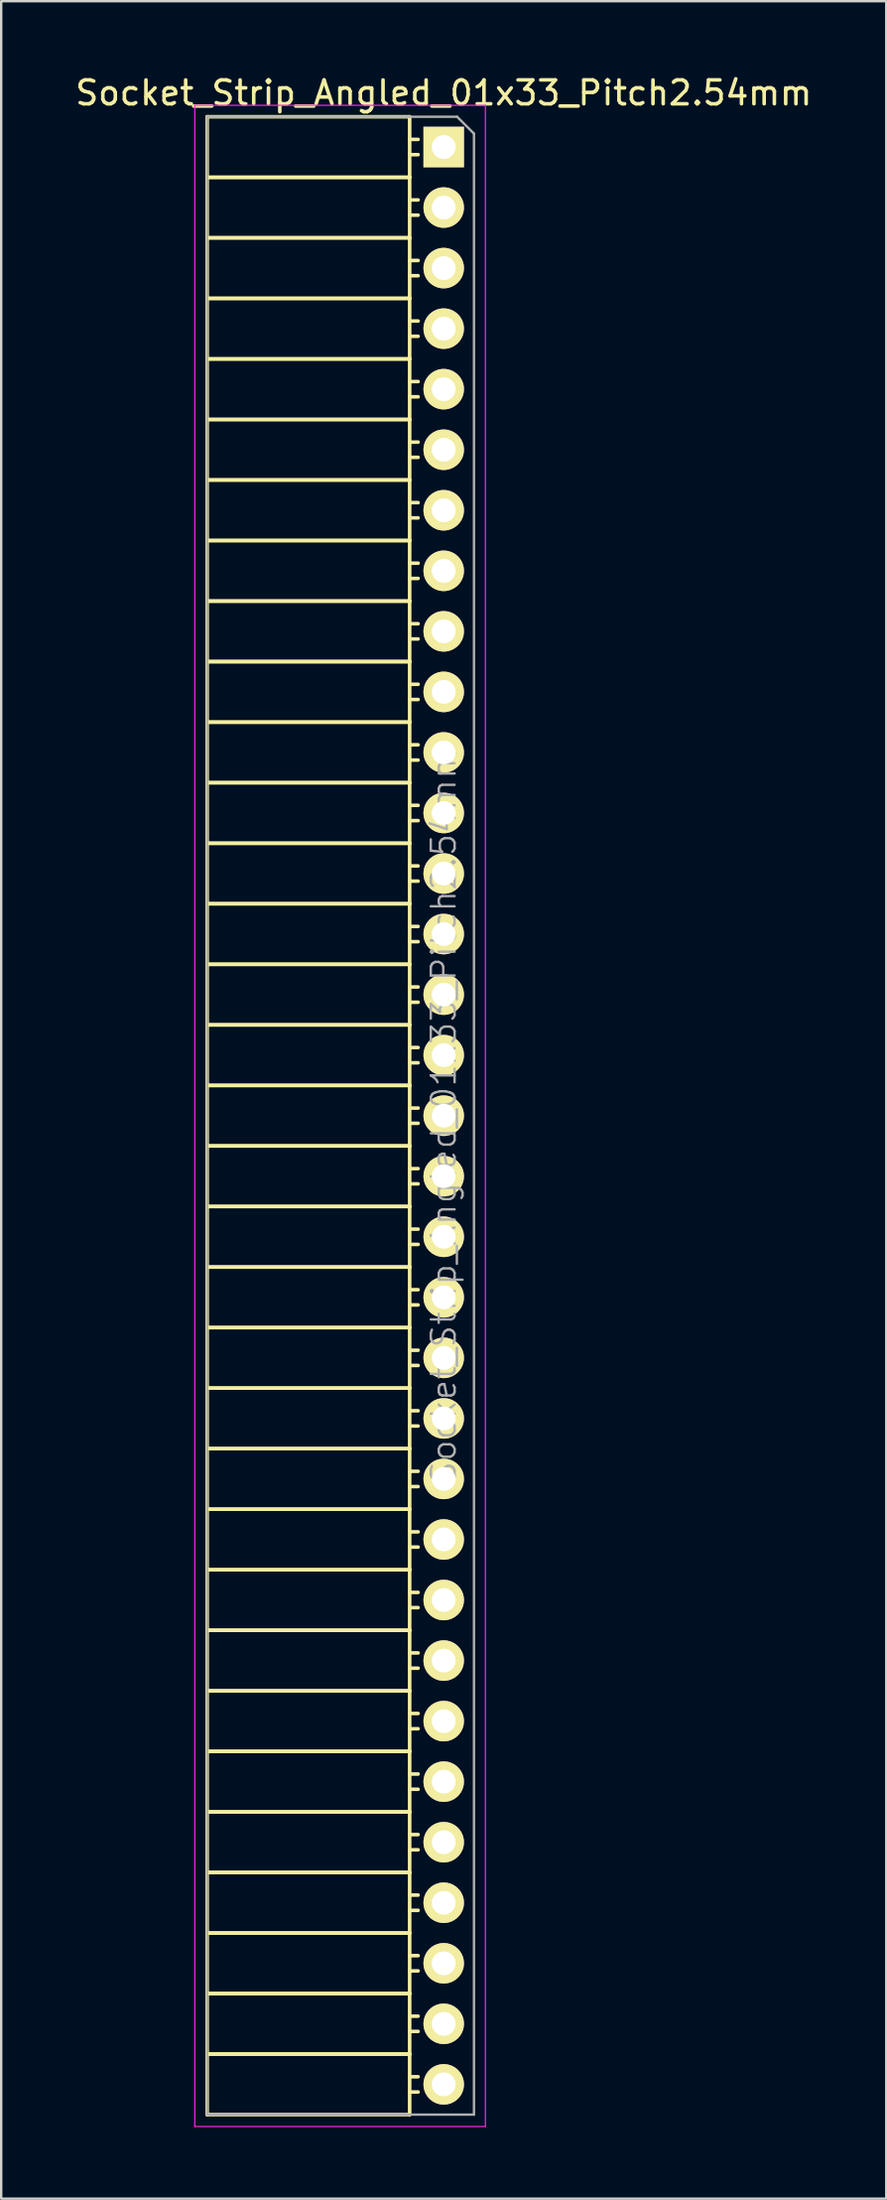
<source format=kicad_pcb>
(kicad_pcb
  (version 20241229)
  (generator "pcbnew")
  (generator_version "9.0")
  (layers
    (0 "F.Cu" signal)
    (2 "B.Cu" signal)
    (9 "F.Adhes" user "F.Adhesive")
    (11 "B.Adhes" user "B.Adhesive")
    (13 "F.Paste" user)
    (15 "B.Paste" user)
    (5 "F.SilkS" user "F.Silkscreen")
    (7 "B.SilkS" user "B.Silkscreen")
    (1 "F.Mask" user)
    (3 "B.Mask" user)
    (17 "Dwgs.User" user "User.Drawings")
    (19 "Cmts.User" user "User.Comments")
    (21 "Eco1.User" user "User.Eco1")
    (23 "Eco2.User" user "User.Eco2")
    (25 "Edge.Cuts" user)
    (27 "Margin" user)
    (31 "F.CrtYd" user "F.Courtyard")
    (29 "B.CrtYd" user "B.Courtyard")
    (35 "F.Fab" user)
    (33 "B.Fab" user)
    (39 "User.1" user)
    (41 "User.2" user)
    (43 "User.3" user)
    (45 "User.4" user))
  (footprint "Socket_Strip_Angled_01x33_Pitch2.54mm"
    (layer "F.Cu")
    (at 15.577 3.118)
    (property "Reference" "Socket_Strip_Angled_01x33_Pitch2.54mm" (at 0 -2.27 0) (layer "F.SilkS") (effects (font (size 1 1) (thickness 0.15))))
    (attr smd)
    (fp_line (start -9.93 -1.27) (end -9.93 1.27) (stroke (width 0.15) (type solid)) (layer "F.SilkS"))
    (fp_line (start -9.93 -1.27) (end -1.43 -1.27) (stroke (width 0.15) (type solid)) (layer "F.SilkS"))
    (fp_line (start -9.93 1.27) (end -9.93 3.81) (stroke (width 0.15) (type solid)) (layer "F.SilkS"))
    (fp_line (start -9.93 1.27) (end -1.43 1.27) (stroke (width 0.15) (type solid)) (layer "F.SilkS"))
    (fp_line (start -9.93 1.27) (end -1.43 1.27) (stroke (width 0.15) (type solid)) (layer "F.SilkS"))
    (fp_line (start -9.93 3.81) (end -9.93 6.35) (stroke (width 0.15) (type solid)) (layer "F.SilkS"))
    (fp_line (start -9.93 3.81) (end -1.43 3.81) (stroke (width 0.15) (type solid)) (layer "F.SilkS"))
    (fp_line (start -9.93 3.81) (end -1.43 3.81) (stroke (width 0.15) (type solid)) (layer "F.SilkS"))
    (fp_line (start -9.93 6.35) (end -9.93 8.89) (stroke (width 0.15) (type solid)) (layer "F.SilkS"))
    (fp_line (start -9.93 6.35) (end -1.43 6.35) (stroke (width 0.15) (type solid)) (layer "F.SilkS"))
    (fp_line (start -9.93 6.35) (end -1.43 6.35) (stroke (width 0.15) (type solid)) (layer "F.SilkS"))
    (fp_line (start -9.93 8.89) (end -9.93 11.43) (stroke (width 0.15) (type solid)) (layer "F.SilkS"))
    (fp_line (start -9.93 8.89) (end -1.43 8.89) (stroke (width 0.15) (type solid)) (layer "F.SilkS"))
    (fp_line (start -9.93 8.89) (end -1.43 8.89) (stroke (width 0.15) (type solid)) (layer "F.SilkS"))
    (fp_line (start -9.93 11.43) (end -9.93 13.97) (stroke (width 0.15) (type solid)) (layer "F.SilkS"))
    (fp_line (start -9.93 11.43) (end -1.43 11.43) (stroke (width 0.15) (type solid)) (layer "F.SilkS"))
    (fp_line (start -9.93 11.43) (end -1.43 11.43) (stroke (width 0.15) (type solid)) (layer "F.SilkS"))
    (fp_line (start -9.93 13.97) (end -9.93 16.51) (stroke (width 0.15) (type solid)) (layer "F.SilkS"))
    (fp_line (start -9.93 13.97) (end -1.43 13.97) (stroke (width 0.15) (type solid)) (layer "F.SilkS"))
    (fp_line (start -9.93 13.97) (end -1.43 13.97) (stroke (width 0.15) (type solid)) (layer "F.SilkS"))
    (fp_line (start -9.93 16.51) (end -9.93 19.05) (stroke (width 0.15) (type solid)) (layer "F.SilkS"))
    (fp_line (start -9.93 16.51) (end -1.43 16.51) (stroke (width 0.15) (type solid)) (layer "F.SilkS"))
    (fp_line (start -9.93 16.51) (end -1.43 16.51) (stroke (width 0.15) (type solid)) (layer "F.SilkS"))
    (fp_line (start -9.93 19.05) (end -9.93 21.59) (stroke (width 0.15) (type solid)) (layer "F.SilkS"))
    (fp_line (start -9.93 19.05) (end -1.43 19.05) (stroke (width 0.15) (type solid)) (layer "F.SilkS"))
    (fp_line (start -9.93 19.05) (end -1.43 19.05) (stroke (width 0.15) (type solid)) (layer "F.SilkS"))
    (fp_line (start -9.93 21.59) (end -9.93 24.13) (stroke (width 0.15) (type solid)) (layer "F.SilkS"))
    (fp_line (start -9.93 21.59) (end -1.43 21.59) (stroke (width 0.15) (type solid)) (layer "F.SilkS"))
    (fp_line (start -9.93 21.59) (end -1.43 21.59) (stroke (width 0.15) (type solid)) (layer "F.SilkS"))
    (fp_line (start -9.93 24.13) (end -9.93 26.67) (stroke (width 0.15) (type solid)) (layer "F.SilkS"))
    (fp_line (start -9.93 24.13) (end -1.43 24.13) (stroke (width 0.15) (type solid)) (layer "F.SilkS"))
    (fp_line (start -9.93 24.13) (end -1.43 24.13) (stroke (width 0.15) (type solid)) (layer "F.SilkS"))
    (fp_line (start -9.93 26.67) (end -9.93 29.21) (stroke (width 0.15) (type solid)) (layer "F.SilkS"))
    (fp_line (start -9.93 26.67) (end -1.43 26.67) (stroke (width 0.15) (type solid)) (layer "F.SilkS"))
    (fp_line (start -9.93 26.67) (end -1.43 26.67) (stroke (width 0.15) (type solid)) (layer "F.SilkS"))
    (fp_line (start -9.93 29.21) (end -9.93 31.75) (stroke (width 0.15) (type solid)) (layer "F.SilkS"))
    (fp_line (start -9.93 29.21) (end -1.43 29.21) (stroke (width 0.15) (type solid)) (layer "F.SilkS"))
    (fp_line (start -9.93 29.21) (end -1.43 29.21) (stroke (width 0.15) (type solid)) (layer "F.SilkS"))
    (fp_line (start -9.93 31.75) (end -9.93 34.29) (stroke (width 0.15) (type solid)) (layer "F.SilkS"))
    (fp_line (start -9.93 31.75) (end -1.43 31.75) (stroke (width 0.15) (type solid)) (layer "F.SilkS"))
    (fp_line (start -9.93 31.75) (end -1.43 31.75) (stroke (width 0.15) (type solid)) (layer "F.SilkS"))
    (fp_line (start -9.93 34.29) (end -9.93 36.83) (stroke (width 0.15) (type solid)) (layer "F.SilkS"))
    (fp_line (start -9.93 34.29) (end -1.43 34.29) (stroke (width 0.15) (type solid)) (layer "F.SilkS"))
    (fp_line (start -9.93 34.29) (end -1.43 34.29) (stroke (width 0.15) (type solid)) (layer "F.SilkS"))
    (fp_line (start -9.93 36.83) (end -9.93 39.37) (stroke (width 0.15) (type solid)) (layer "F.SilkS"))
    (fp_line (start -9.93 36.83) (end -1.43 36.83) (stroke (width 0.15) (type solid)) (layer "F.SilkS"))
    (fp_line (start -9.93 36.83) (end -1.43 36.83) (stroke (width 0.15) (type solid)) (layer "F.SilkS"))
    (fp_line (start -9.93 39.37) (end -9.93 41.91) (stroke (width 0.15) (type solid)) (layer "F.SilkS"))
    (fp_line (start -9.93 39.37) (end -1.43 39.37) (stroke (width 0.15) (type solid)) (layer "F.SilkS"))
    (fp_line (start -9.93 39.37) (end -1.43 39.37) (stroke (width 0.15) (type solid)) (layer "F.SilkS"))
    (fp_line (start -9.93 41.91) (end -9.93 44.45) (stroke (width 0.15) (type solid)) (layer "F.SilkS"))
    (fp_line (start -9.93 41.91) (end -1.43 41.91) (stroke (width 0.15) (type solid)) (layer "F.SilkS"))
    (fp_line (start -9.93 41.91) (end -1.43 41.91) (stroke (width 0.15) (type solid)) (layer "F.SilkS"))
    (fp_line (start -9.93 44.45) (end -9.93 46.99) (stroke (width 0.15) (type solid)) (layer "F.SilkS"))
    (fp_line (start -9.93 44.45) (end -1.43 44.45) (stroke (width 0.15) (type solid)) (layer "F.SilkS"))
    (fp_line (start -9.93 44.45) (end -1.43 44.45) (stroke (width 0.15) (type solid)) (layer "F.SilkS"))
    (fp_line (start -9.93 46.99) (end -9.93 49.53) (stroke (width 0.15) (type solid)) (layer "F.SilkS"))
    (fp_line (start -9.93 46.99) (end -1.43 46.99) (stroke (width 0.15) (type solid)) (layer "F.SilkS"))
    (fp_line (start -9.93 46.99) (end -1.43 46.99) (stroke (width 0.15) (type solid)) (layer "F.SilkS"))
    (fp_line (start -9.93 49.53) (end -9.93 52.07) (stroke (width 0.15) (type solid)) (layer "F.SilkS"))
    (fp_line (start -9.93 49.53) (end -1.43 49.53) (stroke (width 0.15) (type solid)) (layer "F.SilkS"))
    (fp_line (start -9.93 49.53) (end -1.43 49.53) (stroke (width 0.15) (type solid)) (layer "F.SilkS"))
    (fp_line (start -9.93 52.07) (end -9.93 54.61) (stroke (width 0.15) (type solid)) (layer "F.SilkS"))
    (fp_line (start -9.93 52.07) (end -1.43 52.07) (stroke (width 0.15) (type solid)) (layer "F.SilkS"))
    (fp_line (start -9.93 52.07) (end -1.43 52.07) (stroke (width 0.15) (type solid)) (layer "F.SilkS"))
    (fp_line (start -9.93 54.61) (end -9.93 57.15) (stroke (width 0.15) (type solid)) (layer "F.SilkS"))
    (fp_line (start -9.93 54.61) (end -1.43 54.61) (stroke (width 0.15) (type solid)) (layer "F.SilkS"))
    (fp_line (start -9.93 54.61) (end -1.43 54.61) (stroke (width 0.15) (type solid)) (layer "F.SilkS"))
    (fp_line (start -9.93 57.15) (end -9.93 59.69) (stroke (width 0.15) (type solid)) (layer "F.SilkS"))
    (fp_line (start -9.93 57.15) (end -1.43 57.15) (stroke (width 0.15) (type solid)) (layer "F.SilkS"))
    (fp_line (start -9.93 57.15) (end -1.43 57.15) (stroke (width 0.15) (type solid)) (layer "F.SilkS"))
    (fp_line (start -9.93 59.69) (end -9.93 62.23) (stroke (width 0.15) (type solid)) (layer "F.SilkS"))
    (fp_line (start -9.93 59.69) (end -1.43 59.69) (stroke (width 0.15) (type solid)) (layer "F.SilkS"))
    (fp_line (start -9.93 59.69) (end -1.43 59.69) (stroke (width 0.15) (type solid)) (layer "F.SilkS"))
    (fp_line (start -9.93 62.23) (end -9.93 64.77) (stroke (width 0.15) (type solid)) (layer "F.SilkS"))
    (fp_line (start -9.93 62.23) (end -1.43 62.23) (stroke (width 0.15) (type solid)) (layer "F.SilkS"))
    (fp_line (start -9.93 62.23) (end -1.43 62.23) (stroke (width 0.15) (type solid)) (layer "F.SilkS"))
    (fp_line (start -9.93 64.77) (end -9.93 67.31) (stroke (width 0.15) (type solid)) (layer "F.SilkS"))
    (fp_line (start -9.93 64.77) (end -1.43 64.77) (stroke (width 0.15) (type solid)) (layer "F.SilkS"))
    (fp_line (start -9.93 64.77) (end -1.43 64.77) (stroke (width 0.15) (type solid)) (layer "F.SilkS"))
    (fp_line (start -9.93 67.31) (end -9.93 69.85) (stroke (width 0.15) (type solid)) (layer "F.SilkS"))
    (fp_line (start -9.93 67.31) (end -1.43 67.31) (stroke (width 0.15) (type solid)) (layer "F.SilkS"))
    (fp_line (start -9.93 67.31) (end -1.43 67.31) (stroke (width 0.15) (type solid)) (layer "F.SilkS"))
    (fp_line (start -9.93 69.85) (end -9.93 72.39) (stroke (width 0.15) (type solid)) (layer "F.SilkS"))
    (fp_line (start -9.93 69.85) (end -1.43 69.85) (stroke (width 0.15) (type solid)) (layer "F.SilkS"))
    (fp_line (start -9.93 69.85) (end -1.43 69.85) (stroke (width 0.15) (type solid)) (layer "F.SilkS"))
    (fp_line (start -9.93 72.39) (end -9.93 74.93) (stroke (width 0.15) (type solid)) (layer "F.SilkS"))
    (fp_line (start -9.93 72.39) (end -1.43 72.39) (stroke (width 0.15) (type solid)) (layer "F.SilkS"))
    (fp_line (start -9.93 72.39) (end -1.43 72.39) (stroke (width 0.15) (type solid)) (layer "F.SilkS"))
    (fp_line (start -9.93 74.93) (end -9.93 77.47) (stroke (width 0.15) (type solid)) (layer "F.SilkS"))
    (fp_line (start -9.93 74.93) (end -1.43 74.93) (stroke (width 0.15) (type solid)) (layer "F.SilkS"))
    (fp_line (start -9.93 74.93) (end -1.43 74.93) (stroke (width 0.15) (type solid)) (layer "F.SilkS"))
    (fp_line (start -9.93 77.47) (end -9.93 80.01) (stroke (width 0.15) (type solid)) (layer "F.SilkS"))
    (fp_line (start -9.93 77.47) (end -1.43 77.47) (stroke (width 0.15) (type solid)) (layer "F.SilkS"))
    (fp_line (start -9.93 77.47) (end -1.43 77.47) (stroke (width 0.15) (type solid)) (layer "F.SilkS"))
    (fp_line (start -9.93 80.01) (end -9.93 82.55) (stroke (width 0.15) (type solid)) (layer "F.SilkS"))
    (fp_line (start -9.93 80.01) (end -1.43 80.01) (stroke (width 0.15) (type solid)) (layer "F.SilkS"))
    (fp_line (start -9.93 80.01) (end -1.43 80.01) (stroke (width 0.15) (type solid)) (layer "F.SilkS"))
    (fp_line (start -9.93 82.55) (end -1.43 82.55) (stroke (width 0.15) (type solid)) (layer "F.SilkS"))
    (fp_line (start -1.43 -1.27) (end -1.43 1.27) (stroke (width 0.15) (type solid)) (layer "F.SilkS"))
    (fp_line (start -1.43 -0.32) (end -1.075 -0.32) (stroke (width 0.15) (type solid)) (layer "F.SilkS"))
    (fp_line (start -1.43 0.32) (end -1.075 0.32) (stroke (width 0.15) (type solid)) (layer "F.SilkS"))
    (fp_line (start -1.43 1.27) (end -1.43 3.81) (stroke (width 0.15) (type solid)) (layer "F.SilkS"))
    (fp_line (start -1.43 2.22) (end -1.075 2.22) (stroke (width 0.15) (type solid)) (layer "F.SilkS"))
    (fp_line (start -1.43 2.86) (end -1.075 2.86) (stroke (width 0.15) (type solid)) (layer "F.SilkS"))
    (fp_line (start -1.43 3.81) (end -1.43 6.35) (stroke (width 0.15) (type solid)) (layer "F.SilkS"))
    (fp_line (start -1.43 4.76) (end -1.075 4.76) (stroke (width 0.15) (type solid)) (layer "F.SilkS"))
    (fp_line (start -1.43 5.4) (end -1.075 5.4) (stroke (width 0.15) (type solid)) (layer "F.SilkS"))
    (fp_line (start -1.43 6.35) (end -1.43 8.89) (stroke (width 0.15) (type solid)) (layer "F.SilkS"))
    (fp_line (start -1.43 7.3) (end -1.075 7.3) (stroke (width 0.15) (type solid)) (layer "F.SilkS"))
    (fp_line (start -1.43 7.94) (end -1.075 7.94) (stroke (width 0.15) (type solid)) (layer "F.SilkS"))
    (fp_line (start -1.43 8.89) (end -1.43 11.43) (stroke (width 0.15) (type solid)) (layer "F.SilkS"))
    (fp_line (start -1.43 9.84) (end -1.075 9.84) (stroke (width 0.15) (type solid)) (layer "F.SilkS"))
    (fp_line (start -1.43 10.48) (end -1.075 10.48) (stroke (width 0.15) (type solid)) (layer "F.SilkS"))
    (fp_line (start -1.43 11.43) (end -1.43 13.97) (stroke (width 0.15) (type solid)) (layer "F.SilkS"))
    (fp_line (start -1.43 12.38) (end -1.075 12.38) (stroke (width 0.15) (type solid)) (layer "F.SilkS"))
    (fp_line (start -1.43 13.02) (end -1.075 13.02) (stroke (width 0.15) (type solid)) (layer "F.SilkS"))
    (fp_line (start -1.43 13.97) (end -1.43 16.51) (stroke (width 0.15) (type solid)) (layer "F.SilkS"))
    (fp_line (start -1.43 14.92) (end -1.075 14.92) (stroke (width 0.15) (type solid)) (layer "F.SilkS"))
    (fp_line (start -1.43 15.56) (end -1.075 15.56) (stroke (width 0.15) (type solid)) (layer "F.SilkS"))
    (fp_line (start -1.43 16.51) (end -1.43 19.05) (stroke (width 0.15) (type solid)) (layer "F.SilkS"))
    (fp_line (start -1.43 17.46) (end -1.075 17.46) (stroke (width 0.15) (type solid)) (layer "F.SilkS"))
    (fp_line (start -1.43 18.1) (end -1.075 18.1) (stroke (width 0.15) (type solid)) (layer "F.SilkS"))
    (fp_line (start -1.43 19.05) (end -1.43 21.59) (stroke (width 0.15) (type solid)) (layer "F.SilkS"))
    (fp_line (start -1.43 20) (end -1.075 20) (stroke (width 0.15) (type solid)) (layer "F.SilkS"))
    (fp_line (start -1.43 20.64) (end -1.075 20.64) (stroke (width 0.15) (type solid)) (layer "F.SilkS"))
    (fp_line (start -1.43 21.59) (end -1.43 24.13) (stroke (width 0.15) (type solid)) (layer "F.SilkS"))
    (fp_line (start -1.43 22.54) (end -1.075 22.54) (stroke (width 0.15) (type solid)) (layer "F.SilkS"))
    (fp_line (start -1.43 23.18) (end -1.075 23.18) (stroke (width 0.15) (type solid)) (layer "F.SilkS"))
    (fp_line (start -1.43 24.13) (end -1.43 26.67) (stroke (width 0.15) (type solid)) (layer "F.SilkS"))
    (fp_line (start -1.43 25.08) (end -1.075 25.08) (stroke (width 0.15) (type solid)) (layer "F.SilkS"))
    (fp_line (start -1.43 25.72) (end -1.075 25.72) (stroke (width 0.15) (type solid)) (layer "F.SilkS"))
    (fp_line (start -1.43 26.67) (end -1.43 29.21) (stroke (width 0.15) (type solid)) (layer "F.SilkS"))
    (fp_line (start -1.43 27.62) (end -1.075 27.62) (stroke (width 0.15) (type solid)) (layer "F.SilkS"))
    (fp_line (start -1.43 28.26) (end -1.075 28.26) (stroke (width 0.15) (type solid)) (layer "F.SilkS"))
    (fp_line (start -1.43 29.21) (end -1.43 31.75) (stroke (width 0.15) (type solid)) (layer "F.SilkS"))
    (fp_line (start -1.43 30.16) (end -1.075 30.16) (stroke (width 0.15) (type solid)) (layer "F.SilkS"))
    (fp_line (start -1.43 30.8) (end -1.075 30.8) (stroke (width 0.15) (type solid)) (layer "F.SilkS"))
    (fp_line (start -1.43 31.75) (end -1.43 34.29) (stroke (width 0.15) (type solid)) (layer "F.SilkS"))
    (fp_line (start -1.43 32.7) (end -1.075 32.7) (stroke (width 0.15) (type solid)) (layer "F.SilkS"))
    (fp_line (start -1.43 33.34) (end -1.075 33.34) (stroke (width 0.15) (type solid)) (layer "F.SilkS"))
    (fp_line (start -1.43 34.29) (end -1.43 36.83) (stroke (width 0.15) (type solid)) (layer "F.SilkS"))
    (fp_line (start -1.43 35.24) (end -1.075 35.24) (stroke (width 0.15) (type solid)) (layer "F.SilkS"))
    (fp_line (start -1.43 35.88) (end -1.075 35.88) (stroke (width 0.15) (type solid)) (layer "F.SilkS"))
    (fp_line (start -1.43 36.83) (end -1.43 39.37) (stroke (width 0.15) (type solid)) (layer "F.SilkS"))
    (fp_line (start -1.43 37.78) (end -1.075 37.78) (stroke (width 0.15) (type solid)) (layer "F.SilkS"))
    (fp_line (start -1.43 38.42) (end -1.075 38.42) (stroke (width 0.15) (type solid)) (layer "F.SilkS"))
    (fp_line (start -1.43 39.37) (end -1.43 41.91) (stroke (width 0.15) (type solid)) (layer "F.SilkS"))
    (fp_line (start -1.43 40.32) (end -1.075 40.32) (stroke (width 0.15) (type solid)) (layer "F.SilkS"))
    (fp_line (start -1.43 40.96) (end -1.075 40.96) (stroke (width 0.15) (type solid)) (layer "F.SilkS"))
    (fp_line (start -1.43 41.91) (end -1.43 44.45) (stroke (width 0.15) (type solid)) (layer "F.SilkS"))
    (fp_line (start -1.43 42.86) (end -1.075 42.86) (stroke (width 0.15) (type solid)) (layer "F.SilkS"))
    (fp_line (start -1.43 43.5) (end -1.075 43.5) (stroke (width 0.15) (type solid)) (layer "F.SilkS"))
    (fp_line (start -1.43 44.45) (end -1.43 46.99) (stroke (width 0.15) (type solid)) (layer "F.SilkS"))
    (fp_line (start -1.43 45.4) (end -1.075 45.4) (stroke (width 0.15) (type solid)) (layer "F.SilkS"))
    (fp_line (start -1.43 46.04) (end -1.075 46.04) (stroke (width 0.15) (type solid)) (layer "F.SilkS"))
    (fp_line (start -1.43 46.99) (end -1.43 49.53) (stroke (width 0.15) (type solid)) (layer "F.SilkS"))
    (fp_line (start -1.43 47.94) (end -1.075 47.94) (stroke (width 0.15) (type solid)) (layer "F.SilkS"))
    (fp_line (start -1.43 48.58) (end -1.075 48.58) (stroke (width 0.15) (type solid)) (layer "F.SilkS"))
    (fp_line (start -1.43 49.53) (end -1.43 52.07) (stroke (width 0.15) (type solid)) (layer "F.SilkS"))
    (fp_line (start -1.43 50.48) (end -1.075 50.48) (stroke (width 0.15) (type solid)) (layer "F.SilkS"))
    (fp_line (start -1.43 51.12) (end -1.075 51.12) (stroke (width 0.15) (type solid)) (layer "F.SilkS"))
    (fp_line (start -1.43 52.07) (end -1.43 54.61) (stroke (width 0.15) (type solid)) (layer "F.SilkS"))
    (fp_line (start -1.43 53.02) (end -1.075 53.02) (stroke (width 0.15) (type solid)) (layer "F.SilkS"))
    (fp_line (start -1.43 53.66) (end -1.075 53.66) (stroke (width 0.15) (type solid)) (layer "F.SilkS"))
    (fp_line (start -1.43 54.61) (end -1.43 57.15) (stroke (width 0.15) (type solid)) (layer "F.SilkS"))
    (fp_line (start -1.43 55.56) (end -1.075 55.56) (stroke (width 0.15) (type solid)) (layer "F.SilkS"))
    (fp_line (start -1.43 56.2) (end -1.075 56.2) (stroke (width 0.15) (type solid)) (layer "F.SilkS"))
    (fp_line (start -1.43 57.15) (end -1.43 59.69) (stroke (width 0.15) (type solid)) (layer "F.SilkS"))
    (fp_line (start -1.43 58.1) (end -1.075 58.1) (stroke (width 0.15) (type solid)) (layer "F.SilkS"))
    (fp_line (start -1.43 58.74) (end -1.075 58.74) (stroke (width 0.15) (type solid)) (layer "F.SilkS"))
    (fp_line (start -1.43 59.69) (end -1.43 62.23) (stroke (width 0.15) (type solid)) (layer "F.SilkS"))
    (fp_line (start -1.43 60.64) (end -1.075 60.64) (stroke (width 0.15) (type solid)) (layer "F.SilkS"))
    (fp_line (start -1.43 61.28) (end -1.075 61.28) (stroke (width 0.15) (type solid)) (layer "F.SilkS"))
    (fp_line (start -1.43 62.23) (end -1.43 64.77) (stroke (width 0.15) (type solid)) (layer "F.SilkS"))
    (fp_line (start -1.43 63.18) (end -1.075 63.18) (stroke (width 0.15) (type solid)) (layer "F.SilkS"))
    (fp_line (start -1.43 63.82) (end -1.075 63.82) (stroke (width 0.15) (type solid)) (layer "F.SilkS"))
    (fp_line (start -1.43 64.77) (end -1.43 67.31) (stroke (width 0.15) (type solid)) (layer "F.SilkS"))
    (fp_line (start -1.43 65.72) (end -1.075 65.72) (stroke (width 0.15) (type solid)) (layer "F.SilkS"))
    (fp_line (start -1.43 66.36) (end -1.075 66.36) (stroke (width 0.15) (type solid)) (layer "F.SilkS"))
    (fp_line (start -1.43 67.31) (end -1.43 69.85) (stroke (width 0.15) (type solid)) (layer "F.SilkS"))
    (fp_line (start -1.43 68.26) (end -1.075 68.26) (stroke (width 0.15) (type solid)) (layer "F.SilkS"))
    (fp_line (start -1.43 68.9) (end -1.075 68.9) (stroke (width 0.15) (type solid)) (layer "F.SilkS"))
    (fp_line (start -1.43 69.85) (end -1.43 72.39) (stroke (width 0.15) (type solid)) (layer "F.SilkS"))
    (fp_line (start -1.43 70.8) (end -1.075 70.8) (stroke (width 0.15) (type solid)) (layer "F.SilkS"))
    (fp_line (start -1.43 71.44) (end -1.075 71.44) (stroke (width 0.15) (type solid)) (layer "F.SilkS"))
    (fp_line (start -1.43 72.39) (end -1.43 74.93) (stroke (width 0.15) (type solid)) (layer "F.SilkS"))
    (fp_line (start -1.43 73.34) (end -1.075 73.34) (stroke (width 0.15) (type solid)) (layer "F.SilkS"))
    (fp_line (start -1.43 73.98) (end -1.075 73.98) (stroke (width 0.15) (type solid)) (layer "F.SilkS"))
    (fp_line (start -1.43 74.93) (end -1.43 77.47) (stroke (width 0.15) (type solid)) (layer "F.SilkS"))
    (fp_line (start -1.43 75.88) (end -1.075 75.88) (stroke (width 0.15) (type solid)) (layer "F.SilkS"))
    (fp_line (start -1.43 76.52) (end -1.075 76.52) (stroke (width 0.15) (type solid)) (layer "F.SilkS"))
    (fp_line (start -1.43 77.47) (end -1.43 80.01) (stroke (width 0.15) (type solid)) (layer "F.SilkS"))
    (fp_line (start -1.43 78.42) (end -1.075 78.42) (stroke (width 0.15) (type solid)) (layer "F.SilkS"))
    (fp_line (start -1.43 79.06) (end -1.075 79.06) (stroke (width 0.15) (type solid)) (layer "F.SilkS"))
    (fp_line (start -1.43 80.01) (end -1.43 82.55) (stroke (width 0.15) (type solid)) (layer "F.SilkS"))
    (fp_line (start -1.43 80.96) (end -1.075 80.96) (stroke (width 0.15) (type solid)) (layer "F.SilkS"))
    (fp_line (start -1.43 81.6) (end -1.075 81.6) (stroke (width 0.15) (type solid)) (layer "F.SilkS"))
    (fp_line (start -10.45 -1.75) (end 1.75 -1.75) (stroke (width 0.05) (type solid)) (layer "F.CrtYd"))
    (fp_line (start -10.45 83.05) (end -10.45 -1.75) (stroke (width 0.05) (type solid)) (layer "F.CrtYd"))
    (fp_line (start -10.45 83.05) (end 1.75 83.05) (stroke (width 0.05) (type solid)) (layer "F.CrtYd"))
    (fp_line (start 1.75 83.05) (end 1.75 -1.75) (stroke (width 0.05) (type solid)) (layer "F.CrtYd"))
    (fp_line (start -9.93 -1.27) (end 0.563 -1.27) (stroke (width 0.1) (type solid)) (layer "F.Fab"))
    (fp_line (start -9.93 82.55) (end -9.93 -1.27) (stroke (width 0.1) (type solid)) (layer "F.Fab"))
    (fp_line (start -9.93 82.55) (end 1.27 82.55) (stroke (width 0.1) (type solid)) (layer "F.Fab"))
    (fp_line (start 1.27 -0.563) (end 0.563 -1.27) (stroke (width 0.1) (type solid)) (layer "F.Fab"))
    (fp_line (start 1.27 82.55) (end 1.27 -0.563) (stroke (width 0.1) (type solid)) (layer "F.Fab"))
    (fp_text user "${REFERENCE}" (at 0 40.64 90) (layer "F.Fab") (effects (font (size 1 1) (thickness 0.1))))
    (pad "1" thru_hole rect (at 0 0) (size 1.7 1.7) (drill 1) (layers "*.Cu" "*.Mask" "F.SilkS"))
    (pad "2" thru_hole oval (at 0 2.54) (size 1.7 1.7) (drill 1) (layers "*.Cu" "*.Mask" "F.SilkS"))
    (pad "3" thru_hole oval (at 0 5.08) (size 1.7 1.7) (drill 1) (layers "*.Cu" "*.Mask" "F.SilkS"))
    (pad "4" thru_hole oval (at 0 7.62) (size 1.7 1.7) (drill 1) (layers "*.Cu" "*.Mask" "F.SilkS"))
    (pad "5" thru_hole oval (at 0 10.16) (size 1.7 1.7) (drill 1) (layers "*.Cu" "*.Mask" "F.SilkS"))
    (pad "6" thru_hole oval (at 0 12.7) (size 1.7 1.7) (drill 1) (layers "*.Cu" "*.Mask" "F.SilkS"))
    (pad "7" thru_hole oval (at 0 15.24) (size 1.7 1.7) (drill 1) (layers "*.Cu" "*.Mask" "F.SilkS"))
    (pad "8" thru_hole oval (at 0 17.78) (size 1.7 1.7) (drill 1) (layers "*.Cu" "*.Mask" "F.SilkS"))
    (pad "9" thru_hole oval (at 0 20.32) (size 1.7 1.7) (drill 1) (layers "*.Cu" "*.Mask" "F.SilkS"))
    (pad "10" thru_hole oval (at 0 22.86) (size 1.7 1.7) (drill 1) (layers "*.Cu" "*.Mask" "F.SilkS"))
    (pad "11" thru_hole oval (at 0 25.4) (size 1.7 1.7) (drill 1) (layers "*.Cu" "*.Mask" "F.SilkS"))
    (pad "12" thru_hole oval (at 0 27.94) (size 1.7 1.7) (drill 1) (layers "*.Cu" "*.Mask" "F.SilkS"))
    (pad "13" thru_hole oval (at 0 30.48) (size 1.7 1.7) (drill 1) (layers "*.Cu" "*.Mask" "F.SilkS"))
    (pad "14" thru_hole oval (at 0 33.02) (size 1.7 1.7) (drill 1) (layers "*.Cu" "*.Mask" "F.SilkS"))
    (pad "15" thru_hole oval (at 0 35.56) (size 1.7 1.7) (drill 1) (layers "*.Cu" "*.Mask" "F.SilkS"))
    (pad "16" thru_hole oval (at 0 38.1) (size 1.7 1.7) (drill 1) (layers "*.Cu" "*.Mask" "F.SilkS"))
    (pad "17" thru_hole oval (at 0 40.64) (size 1.7 1.7) (drill 1) (layers "*.Cu" "*.Mask" "F.SilkS"))
    (pad "18" thru_hole oval (at 0 43.18) (size 1.7 1.7) (drill 1) (layers "*.Cu" "*.Mask" "F.SilkS"))
    (pad "19" thru_hole oval (at 0 45.72) (size 1.7 1.7) (drill 1) (layers "*.Cu" "*.Mask" "F.SilkS"))
    (pad "20" thru_hole oval (at 0 48.26) (size 1.7 1.7) (drill 1) (layers "*.Cu" "*.Mask" "F.SilkS"))
    (pad "21" thru_hole oval (at 0 50.8) (size 1.7 1.7) (drill 1) (layers "*.Cu" "*.Mask" "F.SilkS"))
    (pad "22" thru_hole oval (at 0 53.34) (size 1.7 1.7) (drill 1) (layers "*.Cu" "*.Mask" "F.SilkS"))
    (pad "23" thru_hole oval (at 0 55.88) (size 1.7 1.7) (drill 1) (layers "*.Cu" "*.Mask" "F.SilkS"))
    (pad "24" thru_hole oval (at 0 58.42) (size 1.7 1.7) (drill 1) (layers "*.Cu" "*.Mask" "F.SilkS"))
    (pad "25" thru_hole oval (at 0 60.96) (size 1.7 1.7) (drill 1) (layers "*.Cu" "*.Mask" "F.SilkS"))
    (pad "26" thru_hole oval (at 0 63.5) (size 1.7 1.7) (drill 1) (layers "*.Cu" "*.Mask" "F.SilkS"))
    (pad "27" thru_hole oval (at 0 66.04) (size 1.7 1.7) (drill 1) (layers "*.Cu" "*.Mask" "F.SilkS"))
    (pad "28" thru_hole oval (at 0 68.58) (size 1.7 1.7) (drill 1) (layers "*.Cu" "*.Mask" "F.SilkS"))
    (pad "29" thru_hole oval (at 0 71.12) (size 1.7 1.7) (drill 1) (layers "*.Cu" "*.Mask" "F.SilkS"))
    (pad "30" thru_hole oval (at 0 73.66) (size 1.7 1.7) (drill 1) (layers "*.Cu" "*.Mask" "F.SilkS"))
    (pad "31" thru_hole oval (at 0 76.2) (size 1.7 1.7) (drill 1) (layers "*.Cu" "*.Mask" "F.SilkS"))
    (pad "32" thru_hole oval (at 0 78.74) (size 1.7 1.7) (drill 1) (layers "*.Cu" "*.Mask" "F.SilkS"))
    (pad "33" thru_hole oval (at 0 81.28) (size 1.7 1.7) (drill 1) (layers "*.Cu" "*.Mask" "F.SilkS")))
  (gr_rect
    (start -3 -3)
    (end 34.155 89.193)
    (stroke (width 0.1) (type default))
    (fill no)
    (layer "Edge.Cuts")))
</source>
